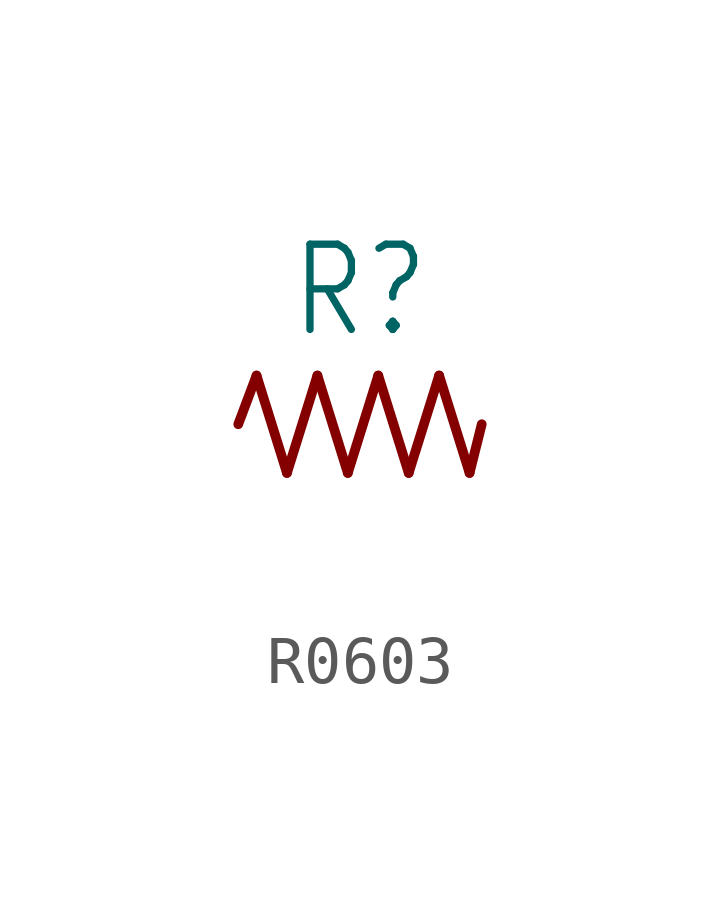
<source format=kicad_sym>
(kicad_symbol_lib
  (version 20241209)
  (generator "kicad_symbol_editor")
  (generator_version "9.0")
  (symbol "R0603"
    (property "Reference" "R"
      (at 0 1.753 0)
      (effects (font (size 1.778 1.511)) (justify bottom)))
    (property "Value" ""
      (at 0 -3.302 0)
      (effects (font (size 1.778 1.511)) (justify bottom)))
    (property "ki_locked" ""
      (at 0 0 0)
      (effects (font (size 1.27 1.27))))
    (symbol "R0603_1_0"
      (polyline (pts (xy -2.54 0) (xy -2.159 1.016)) (stroke (width 0.203) (type solid)) (fill (type none)))
      (polyline (pts (xy -2.159 1.016) (xy -1.524 -1.016)) (stroke (width 0.203) (type solid)) (fill (type none)))
      (polyline (pts (xy -1.524 -1.016) (xy -0.889 1.016)) (stroke (width 0.203) (type solid)) (fill (type none)))
      (polyline (pts (xy -0.889 1.016) (xy -0.254 -1.016)) (stroke (width 0.203) (type solid)) (fill (type none)))
      (polyline (pts (xy -0.254 -1.016) (xy 0.381 1.016)) (stroke (width 0.203) (type solid)) (fill (type none)))
      (polyline (pts (xy 0.381 1.016) (xy 1.016 -1.016)) (stroke (width 0.203) (type solid)) (fill (type none)))
      (polyline (pts (xy 1.016 -1.016) (xy 1.651 1.016)) (stroke (width 0.203) (type solid)) (fill (type none)))
      (polyline (pts (xy 1.651 1.016) (xy 2.286 -1.016)) (stroke (width 0.203) (type solid)) (fill (type none)))
      (polyline (pts (xy 2.286 -1.016) (xy 2.54 0)) (stroke (width 0.203) (type solid)) (fill (type none)))
      (pin passive line (at -2.54 0 0) (length 0) (name "1" (effects (font (size 0 0)))) (number "1" (effects (font (size 0 0)))))
      (pin passive line (at 2.54 0 180) (length 0) (name "2" (effects (font (size 0 0)))) (number "2" (effects (font (size 0 0))))))))
</source>
